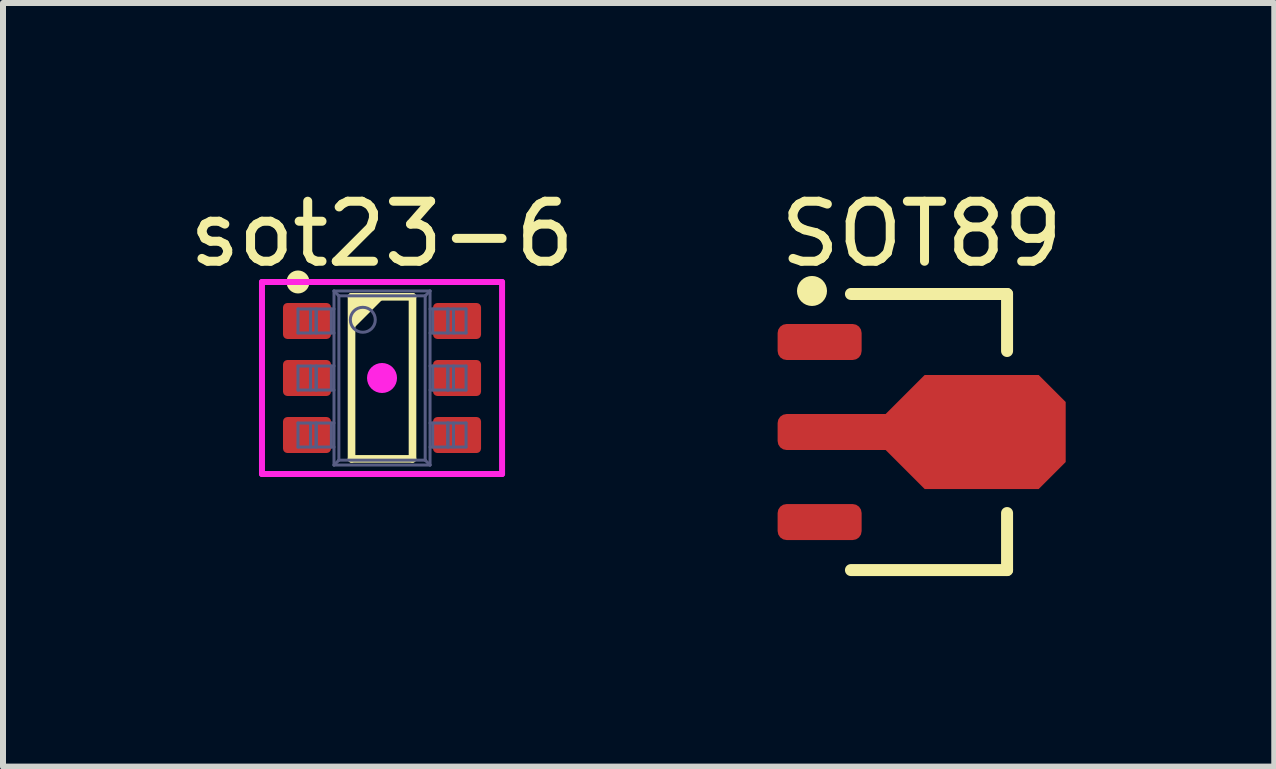
<source format=kicad_pcb>
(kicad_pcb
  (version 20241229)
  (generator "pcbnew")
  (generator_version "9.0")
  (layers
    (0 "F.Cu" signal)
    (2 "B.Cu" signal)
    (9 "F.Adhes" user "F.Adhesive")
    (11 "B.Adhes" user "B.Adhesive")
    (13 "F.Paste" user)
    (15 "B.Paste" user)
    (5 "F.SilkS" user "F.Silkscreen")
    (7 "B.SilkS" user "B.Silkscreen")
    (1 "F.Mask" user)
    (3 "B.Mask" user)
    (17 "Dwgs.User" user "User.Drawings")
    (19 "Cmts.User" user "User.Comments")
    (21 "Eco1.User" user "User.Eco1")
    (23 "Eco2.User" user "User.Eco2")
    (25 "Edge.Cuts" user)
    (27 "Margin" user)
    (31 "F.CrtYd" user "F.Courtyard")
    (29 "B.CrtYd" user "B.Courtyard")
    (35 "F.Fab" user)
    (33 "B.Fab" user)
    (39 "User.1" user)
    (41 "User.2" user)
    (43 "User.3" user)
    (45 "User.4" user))
  (footprint "SOT89"
    (layer "F.Cu")
    (at 12.406 4.148)
    (property "Reference" "SOT89" (at -0.1 -3.3 0) (layer "F.SilkS") (effects (font (size 1 1) (thickness 0.15))))
    (fp_line (start -1.278 -2.3) (end 1.323 -2.3) (stroke (width 0.2) (type solid)) (layer "F.SilkS"))
    (fp_line (start -1.278 2.3) (end 1.323 2.3) (stroke (width 0.2) (type solid)) (layer "F.SilkS"))
    (fp_line (start 1.323 -1.35) (end 1.323 -2.3) (stroke (width 0.2) (type solid)) (layer "F.SilkS"))
    (fp_line (start 1.323 2.3) (end 1.323 1.35) (stroke (width 0.2) (type solid)) (layer "F.SilkS"))
    (fp_circle (center -1.927 -2.35) (end -1.927 -2.475) (stroke (width 0.25) (type solid)) (fill no) (layer "F.SilkS"))
    (fp_line (start -2.75 -2.55) (end 2.75 -2.55) (stroke (width 0.05) (type solid)) (layer "Eco2.User"))
    (fp_line (start -2.75 2.55) (end -2.75 -2.55) (stroke (width 0.05) (type solid)) (layer "Eco2.User"))
    (fp_line (start -2.75 2.55) (end 2.75 2.55) (stroke (width 0.05) (type solid)) (layer "Eco2.User"))
    (fp_line (start 2.75 2.55) (end 2.75 -2.55) (stroke (width 0.05) (type solid)) (layer "Eco2.User"))
    (fp_line (start -0.477 0) (end 0.522 0) (stroke (width 0.1) (type solid)) (layer "User.4"))
    (fp_line (start 0.022 0.5) (end 0.022 -0.5) (stroke (width 0.1) (type solid)) (layer "User.4"))
    (pad "1" smd roundrect (at -1.8 -1.5 90) (size 0.6 1.4) (layers "F.Cu" "F.Mask" "F.Paste") (roundrect_rratio 0.25))
    (pad "2" smd roundrect (at -1.6 0 90) (size 0.6 1.8) (layers "F.Cu" "F.Mask" "F.Paste") (roundrect_rratio 0.25))
    (pad "2" smd custom (at -0.9 -0.3) (size 0.000001 0.000001) (layers "F.Cu" "F.Mask" "F.Paste") (options (anchor circle)) (primitives (gr_poly (pts (xy 0 0) (xy 0.2 0) (xy 0.85 -0.65) (xy 2.75 -0.65) (xy 3.2 -0.2) (xy 3.2 0.8) (xy 2.75 1.25) (xy 0.85 1.25) (xy 0.2 0.6) (xy 0 0.6)) (width 0) (fill yes))))
    (pad "3" smd roundrect (at -1.8 1.5 90) (size 0.6 1.4) (layers "F.Cu" "F.Mask" "F.Paste") (roundrect_rratio 0.25)))
  (footprint "sot23-6"
    (layer "F.Cu")
    (at 3.315 3.248)
    (property "Reference" "sot23-6" (at 0 -2.4 0) (layer "F.SilkS") (effects (font (size 1 1) (thickness 0.15))))
    (fp_line (start -0.508 -1.353) (end 0.508 -1.353) (stroke (width 0.127) (type solid)) (layer "F.SilkS"))
    (fp_line (start -0.508 1.347) (end -0.508 -1.353) (stroke (width 0.127) (type solid)) (layer "F.SilkS"))
    (fp_line (start -0.508 1.347) (end 0.508 1.347) (stroke (width 0.127) (type solid)) (layer "F.SilkS"))
    (fp_line (start 0.508 -1.353) (end 0.508 1.347) (stroke (width 0.127) (type solid)) (layer "F.SilkS"))
    (fp_circle (center -1.4 -1.6) (end -1.3 -1.5) (stroke (width 0.1) (type default)) (fill yes) (layer "F.SilkS"))
    (fp_poly (pts (xy -0.508 -1.353) (xy 0.053 -1.353) (xy -0.508 -0.792)) (stroke (width 0) (type default)) (fill yes) (layer "F.SilkS"))
    (fp_line (start -2 -1.6) (end 2 -1.6) (stroke (width 0.1) (type solid)) (layer "F.CrtYd"))
    (fp_line (start -2 1.6) (end -2 -1.6) (stroke (width 0.1) (type solid)) (layer "F.CrtYd"))
    (fp_line (start -2 1.6) (end 2 1.6) (stroke (width 0.1) (type solid)) (layer "F.CrtYd"))
    (fp_line (start 2 1.6) (end 2 -1.6) (stroke (width 0.1) (type solid)) (layer "F.CrtYd"))
    (fp_circle (center 0 0) (end 0 -0.125) (stroke (width 0.25) (type solid)) (fill no) (layer "F.CrtYd"))
    (fp_line (start -1.4 -1.15) (end -0.8 -1.15) (stroke (width 0.05) (type solid)) (layer "B.Fab"))
    (fp_line (start -1.4 -0.75) (end -1.4 -1.15) (stroke (width 0.05) (type solid)) (layer "B.Fab"))
    (fp_line (start -1.4 -0.75) (end -0.8 -0.75) (stroke (width 0.05) (type solid)) (layer "B.Fab"))
    (fp_line (start -1.4 -0.2) (end -0.8 -0.2) (stroke (width 0.05) (type solid)) (layer "B.Fab"))
    (fp_line (start -1.4 0.2) (end -1.4 -0.2) (stroke (width 0.05) (type solid)) (layer "B.Fab"))
    (fp_line (start -1.4 0.2) (end -0.8 0.2) (stroke (width 0.05) (type solid)) (layer "B.Fab"))
    (fp_line (start -1.4 0.75) (end -0.8 0.75) (stroke (width 0.05) (type solid)) (layer "B.Fab"))
    (fp_line (start -1.4 1.15) (end -1.4 0.75) (stroke (width 0.05) (type solid)) (layer "B.Fab"))
    (fp_line (start -1.4 1.15) (end -0.8 1.15) (stroke (width 0.05) (type solid)) (layer "B.Fab"))
    (fp_line (start -1.191 -0.75) (end -1.191 -1.15) (stroke (width 0.05) (type solid)) (layer "B.Fab"))
    (fp_line (start -1.191 0.2) (end -1.191 -0.2) (stroke (width 0.05) (type solid)) (layer "B.Fab"))
    (fp_line (start -1.191 1.15) (end -1.191 0.75) (stroke (width 0.05) (type solid)) (layer "B.Fab"))
    (fp_line (start -1.1 -0.75) (end -1.1 -1.15) (stroke (width 0.05) (type solid)) (layer "B.Fab"))
    (fp_line (start -1.1 0.2) (end -1.1 -0.2) (stroke (width 0.05) (type solid)) (layer "B.Fab"))
    (fp_line (start -1.1 1.15) (end -1.1 0.75) (stroke (width 0.05) (type solid)) (layer "B.Fab"))
    (fp_line (start -1.094 -0.75) (end -1.094 -1.15) (stroke (width 0.05) (type solid)) (layer "B.Fab"))
    (fp_line (start -1.094 0.2) (end -1.094 -0.2) (stroke (width 0.05) (type solid)) (layer "B.Fab"))
    (fp_line (start -1.094 1.15) (end -1.094 0.75) (stroke (width 0.05) (type solid)) (layer "B.Fab"))
    (fp_line (start -0.844 -0.75) (end -0.844 -1.15) (stroke (width 0.05) (type solid)) (layer "B.Fab"))
    (fp_line (start -0.844 0.2) (end -0.844 -0.2) (stroke (width 0.05) (type solid)) (layer "B.Fab"))
    (fp_line (start -0.844 1.15) (end -0.844 0.75) (stroke (width 0.05) (type solid)) (layer "B.Fab"))
    (fp_line (start -0.8 -1.45) (end -0.719 -1.369) (stroke (width 0.05) (type solid)) (layer "B.Fab"))
    (fp_line (start -0.8 -1.45) (end 0.8 -1.45) (stroke (width 0.05) (type solid)) (layer "B.Fab"))
    (fp_line (start -0.8 1.45) (end -0.8 -1.45) (stroke (width 0.05) (type solid)) (layer "B.Fab"))
    (fp_line (start -0.8 1.45) (end -0.719 1.369) (stroke (width 0.05) (type solid)) (layer "B.Fab"))
    (fp_line (start -0.8 1.45) (end 0.8 1.45) (stroke (width 0.05) (type solid)) (layer "B.Fab"))
    (fp_line (start -0.719 -1.369) (end 0.719 -1.369) (stroke (width 0.05) (type solid)) (layer "B.Fab"))
    (fp_line (start -0.719 1.369) (end -0.719 -1.369) (stroke (width 0.05) (type solid)) (layer "B.Fab"))
    (fp_line (start -0.719 1.369) (end 0.719 1.369) (stroke (width 0.05) (type solid)) (layer "B.Fab"))
    (fp_line (start 0.719 -1.369) (end 0.8 -1.45) (stroke (width 0.05) (type solid)) (layer "B.Fab"))
    (fp_line (start 0.719 1.369) (end 0.719 -1.369) (stroke (width 0.05) (type solid)) (layer "B.Fab"))
    (fp_line (start 0.719 1.369) (end 0.8 1.45) (stroke (width 0.05) (type solid)) (layer "B.Fab"))
    (fp_line (start 0.8 -1.15) (end 1.4 -1.15) (stroke (width 0.05) (type solid)) (layer "B.Fab"))
    (fp_line (start 0.8 -0.75) (end 1.4 -0.75) (stroke (width 0.05) (type solid)) (layer "B.Fab"))
    (fp_line (start 0.8 -0.2) (end 1.4 -0.2) (stroke (width 0.05) (type solid)) (layer "B.Fab"))
    (fp_line (start 0.8 0.2) (end 1.4 0.2) (stroke (width 0.05) (type solid)) (layer "B.Fab"))
    (fp_line (start 0.8 0.75) (end 1.4 0.75) (stroke (width 0.05) (type solid)) (layer "B.Fab"))
    (fp_line (start 0.8 1.15) (end 1.4 1.15) (stroke (width 0.05) (type solid)) (layer "B.Fab"))
    (fp_line (start 0.8 1.45) (end 0.8 -1.45) (stroke (width 0.05) (type solid)) (layer "B.Fab"))
    (fp_line (start 0.844 -0.75) (end 0.844 -1.15) (stroke (width 0.05) (type solid)) (layer "B.Fab"))
    (fp_line (start 0.844 0.2) (end 0.844 -0.2) (stroke (width 0.05) (type solid)) (layer "B.Fab"))
    (fp_line (start 0.844 1.15) (end 0.844 0.75) (stroke (width 0.05) (type solid)) (layer "B.Fab"))
    (fp_line (start 1.094 -0.75) (end 1.094 -1.15) (stroke (width 0.05) (type solid)) (layer "B.Fab"))
    (fp_line (start 1.094 0.2) (end 1.094 -0.2) (stroke (width 0.05) (type solid)) (layer "B.Fab"))
    (fp_line (start 1.094 1.15) (end 1.094 0.75) (stroke (width 0.05) (type solid)) (layer "B.Fab"))
    (fp_line (start 1.1 -0.75) (end 1.1 -1.15) (stroke (width 0.05) (type solid)) (layer "B.Fab"))
    (fp_line (start 1.1 0.2) (end 1.1 -0.2) (stroke (width 0.05) (type solid)) (layer "B.Fab"))
    (fp_line (start 1.1 1.15) (end 1.1 0.75) (stroke (width 0.05) (type solid)) (layer "B.Fab"))
    (fp_line (start 1.191 -0.75) (end 1.191 -1.15) (stroke (width 0.05) (type solid)) (layer "B.Fab"))
    (fp_line (start 1.191 0.2) (end 1.191 -0.2) (stroke (width 0.05) (type solid)) (layer "B.Fab"))
    (fp_line (start 1.191 1.15) (end 1.191 0.75) (stroke (width 0.05) (type solid)) (layer "B.Fab"))
    (fp_line (start 1.4 -0.75) (end 1.4 -1.15) (stroke (width 0.05) (type solid)) (layer "B.Fab"))
    (fp_line (start 1.4 0.2) (end 1.4 -0.2) (stroke (width 0.05) (type solid)) (layer "B.Fab"))
    (fp_line (start 1.4 1.15) (end 1.4 0.75) (stroke (width 0.05) (type solid)) (layer "B.Fab"))
    (fp_circle (center -0.32 -0.97) (end -0.32 -1.178) (stroke (width 0.05) (type solid)) (fill no) (layer "B.Fab"))
    (pad "1" smd roundrect (at -1.25 -0.95 270) (size 0.6 0.8) (layers "F.Cu" "F.Mask" "F.Paste") (roundrect_rratio 0.125))
    (pad "2" smd roundrect (at -1.25 0 270) (size 0.6 0.8) (layers "F.Cu" "F.Mask" "F.Paste") (roundrect_rratio 0.125))
    (pad "3" smd roundrect (at -1.25 0.95 270) (size 0.6 0.8) (layers "F.Cu" "F.Mask" "F.Paste") (roundrect_rratio 0.125))
    (pad "4" smd roundrect (at 1.25 0.95 270) (size 0.6 0.8) (layers "F.Cu" "F.Mask" "F.Paste") (roundrect_rratio 0.125))
    (pad "5" smd roundrect (at 1.25 0 90) (size 0.6 0.8) (layers "F.Cu" "F.Mask" "F.Paste") (roundrect_rratio 0.125))
    (pad "6" smd roundrect (at 1.25 -0.95 270) (size 0.6 0.8) (layers "F.Cu" "F.Mask" "F.Paste") (roundrect_rratio 0.125)))
  (gr_rect
    (start -3 -3)
    (end 18.181 9.723)
    (stroke (width 0.1) (type default))
    (fill no)
    (layer "Edge.Cuts")))
</source>
